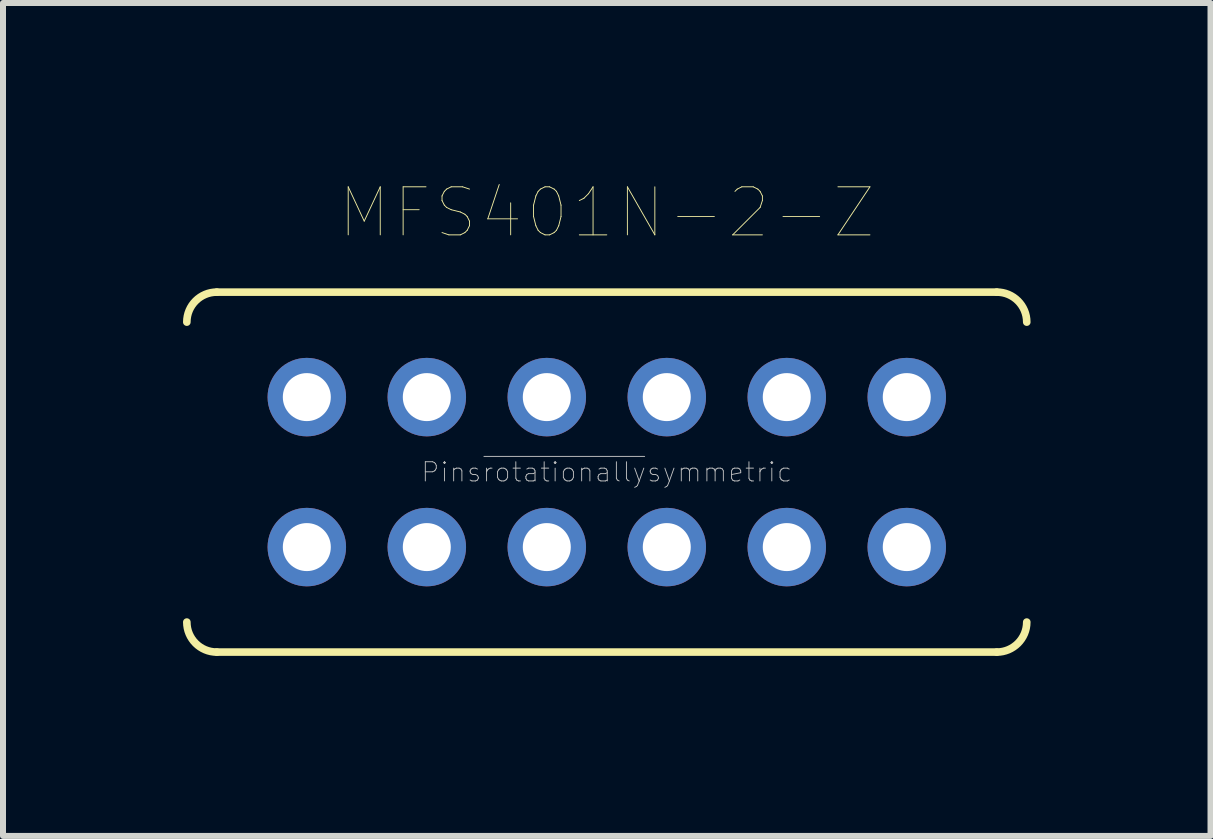
<source format=kicad_pcb>
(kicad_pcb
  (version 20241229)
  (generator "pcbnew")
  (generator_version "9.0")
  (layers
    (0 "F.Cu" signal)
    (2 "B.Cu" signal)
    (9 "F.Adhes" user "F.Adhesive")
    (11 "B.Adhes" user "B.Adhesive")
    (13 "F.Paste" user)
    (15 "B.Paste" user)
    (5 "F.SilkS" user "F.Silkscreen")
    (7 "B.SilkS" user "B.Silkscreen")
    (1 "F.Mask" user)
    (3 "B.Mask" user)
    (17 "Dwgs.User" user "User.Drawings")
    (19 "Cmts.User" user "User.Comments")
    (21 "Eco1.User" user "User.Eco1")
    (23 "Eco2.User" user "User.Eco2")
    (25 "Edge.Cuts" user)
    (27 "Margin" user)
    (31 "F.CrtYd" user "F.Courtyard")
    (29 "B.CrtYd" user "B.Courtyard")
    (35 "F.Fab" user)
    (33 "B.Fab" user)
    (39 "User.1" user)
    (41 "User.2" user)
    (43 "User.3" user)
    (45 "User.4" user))
  (footprint "MFS401N-2-Z"
    (layer "F.Cu")
    (at 7.064 4.819)
    (property "Reference" "MFS401N-2-Z" (at 0 -4.324 0) (layer "F.SilkS") (effects (font (size 0.801 0.801) (thickness 0.015))))
    (attr through_hole)
    (fp_line (start -6.5 -3) (end 6.5 -3) (stroke (width 0.127) (type solid)) (layer "F.SilkS"))
    (fp_line (start 6.5 3) (end -6.5 3) (stroke (width 0.127) (type solid)) (layer "F.SilkS"))
    (fp_arc (start -7 -2.5) (mid -6.853553 -2.853553) (end -6.5 -3) (stroke (width 0.127) (type solid)) (layer "F.SilkS"))
    (fp_arc (start -6.5 3) (mid -6.853553 2.853553) (end -7 2.5) (stroke (width 0.127) (type solid)) (layer "F.SilkS"))
    (fp_arc (start 6.5 -3) (mid 6.853553 -2.853553) (end 7 -2.5) (stroke (width 0.127) (type solid)) (layer "F.SilkS"))
    (fp_arc (start 7 2.5) (mid 6.853553 2.853553) (end 6.5 3) (stroke (width 0.127) (type solid)) (layer "F.SilkS"))
    (fp_text user "Pins~{rotationally}symmetric" (at 0 0 0) (layer "Dwgs.User") (effects (font (size 0.32 0.32) (thickness 0.015))))
    (pad "1" thru_hole circle (at -5 -1.25) (size 1.308 1.308) (drill 0.8) (layers "*.Cu" "*.Mask"))
    (pad "2" thru_hole circle (at -3 -1.25) (size 1.308 1.308) (drill 0.8) (layers "*.Cu" "*.Mask"))
    (pad "3" thru_hole circle (at -1 -1.25) (size 1.308 1.308) (drill 0.8) (layers "*.Cu" "*.Mask"))
    (pad "4" thru_hole circle (at 1 -1.25) (size 1.308 1.308) (drill 0.8) (layers "*.Cu" "*.Mask"))
    (pad "5" thru_hole circle (at 3 -1.25) (size 1.308 1.308) (drill 0.8) (layers "*.Cu" "*.Mask"))
    (pad "6" thru_hole circle (at 5 -1.25) (size 1.308 1.308) (drill 0.8) (layers "*.Cu" "*.Mask"))
    (pad "7" thru_hole circle (at -5 1.25) (size 1.308 1.308) (drill 0.8) (layers "*.Cu" "*.Mask"))
    (pad "8" thru_hole circle (at -3 1.25) (size 1.308 1.308) (drill 0.8) (layers "*.Cu" "*.Mask"))
    (pad "9" thru_hole circle (at -1 1.25) (size 1.308 1.308) (drill 0.8) (layers "*.Cu" "*.Mask"))
    (pad "10" thru_hole circle (at 1 1.25) (size 1.308 1.308) (drill 0.8) (layers "*.Cu" "*.Mask"))
    (pad "11" thru_hole circle (at 3 1.25) (size 1.308 1.308) (drill 0.8) (layers "*.Cu" "*.Mask"))
    (pad "12" thru_hole circle (at 5 1.25) (size 1.308 1.308) (drill 0.8) (layers "*.Cu" "*.Mask")))
  (gr_rect
    (start -3 -3)
    (end 17.127 10.883)
    (stroke (width 0.1) (type default))
    (fill no)
    (layer "Edge.Cuts")))
</source>
